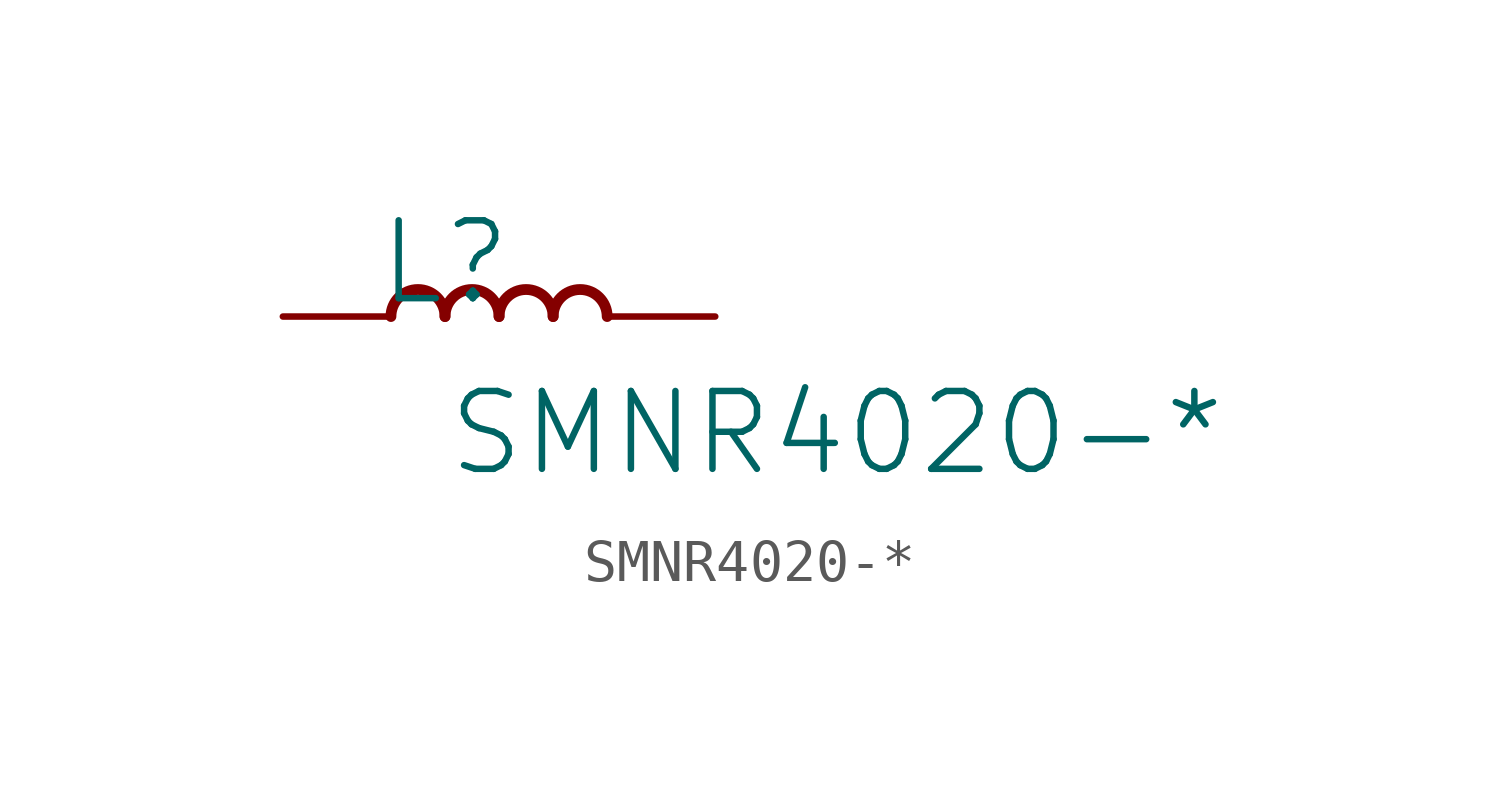
<source format=kicad_sym>
(kicad_symbol_lib
  (version 20231120)
  (generator "kicad_symbol_editor")
  (generator_version "8.0")
  (symbol "SMNR4020-*"
    (property "Reference" "L"
      (at -1.27 1.27 0)
      (effects (font (size 1.829 1.829))))
    (property "Value" "SMNR4020-*"
      (at -1.27 -3.81 0)
      (effects (font (size 1.829 1.829)) (justify left bottom)))
    (symbol "SMNR4020-*_1_0"
      (arc (start -1.27 0) (mid -1.905 0.635) (end -2.54 0) (stroke (width 0.254) (type solid)) (fill (type none)))
      (arc (start 0 0) (mid -0.635 0.635) (end -1.27 0) (stroke (width 0.254) (type solid)) (fill (type none)))
      (arc (start 1.27 0) (mid 0.635 0.635) (end 0 0) (stroke (width 0.254) (type solid)) (fill (type none)))
      (arc (start 2.54 0) (mid 1.905 0.635) (end 1.27 0) (stroke (width 0.254) (type solid)) (fill (type none)))
      (pin passive line (at -5.08 0 0) (length 2.54) (name "1" (effects (font (size 0 0)))) (number "1" (effects (font (size 0 0)))))
      (pin passive line (at 5.08 0 180) (length 2.54) (name "2" (effects (font (size 0 0)))) (number "2" (effects (font (size 0 0))))))))
</source>
